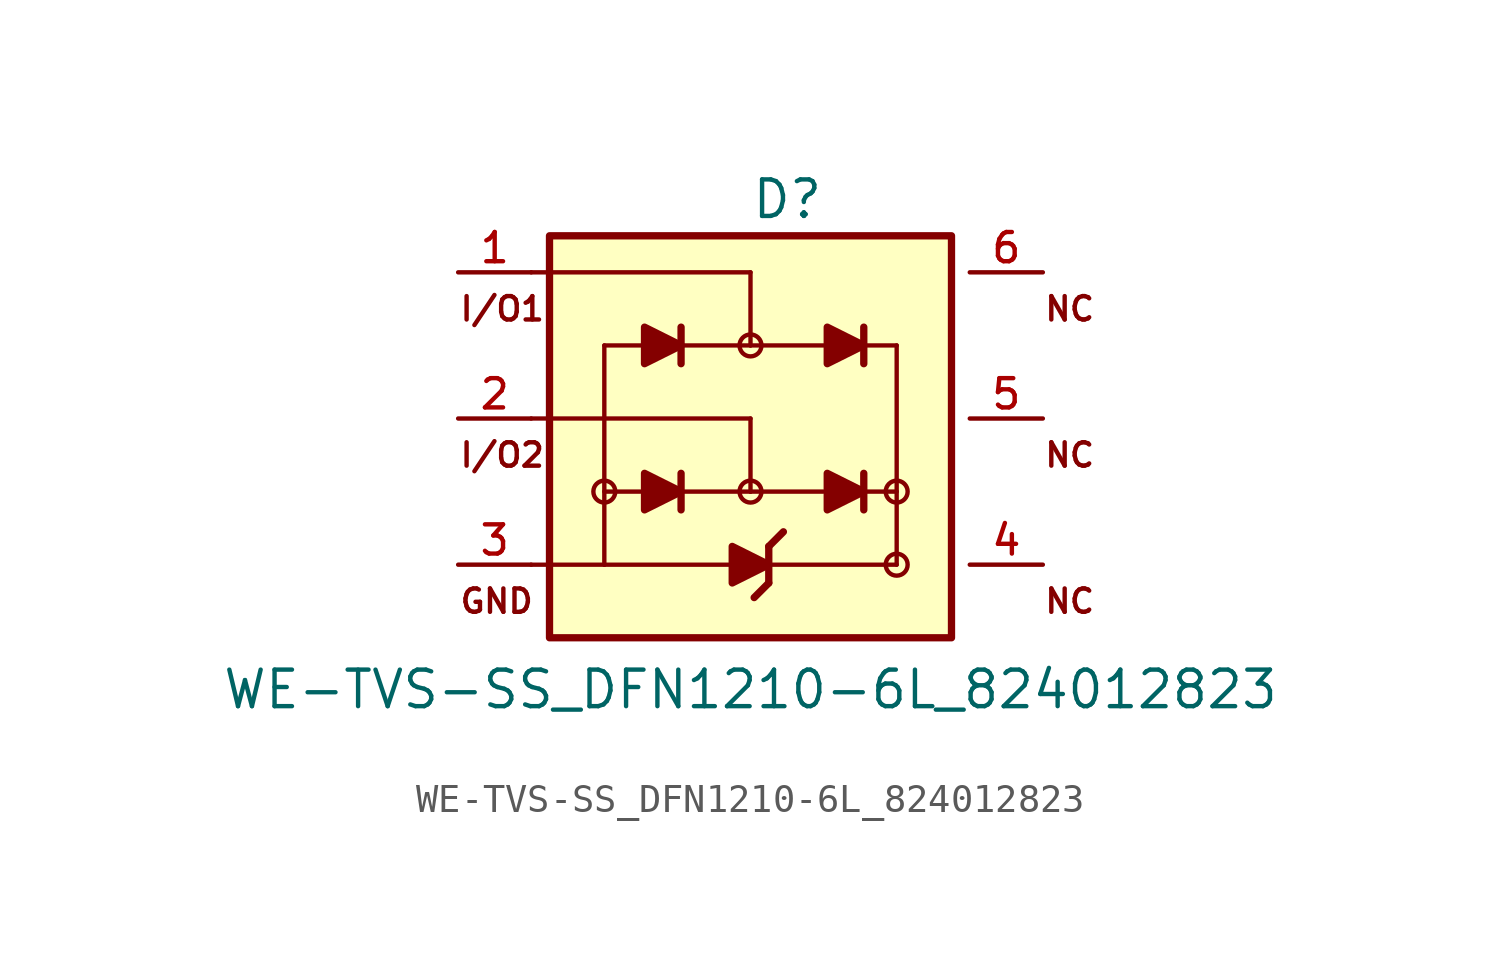
<source format=kicad_sym>
(kicad_symbol_lib
  (version 20211014)
  (generator kicad_symbol_editor)
  (symbol "WE-TVS-SS_DFN1210-6L_824012823"
    (pin_names
      (offset 1.016))
    (property "Reference" "D"
      (at 0.0 7.62 0.0)
      (effects (font (size 1.27 1.27)) (justify left)))
    (property "Value" "WE-TVS-SS_DFN1210-6L_824012823"
      (at 0.0 -10.16 0)
      (effects (font (size 1.27 1.27)) (justify bottom)))
    (symbol "WE-TVS-SS_DFN1210-6L_824012823_0_0"
      (polyline (pts (xy 3.81 -2.54) (xy 5.08 -2.54)) (stroke (width 0.152)))
      (polyline (pts (xy 2.54 -2.54) (xy 0.0 -2.54)) (stroke (width 0.152)))
      (polyline (pts (xy 0.0 -2.54) (xy -2.54 -2.54)) (stroke (width 0.152)))
      (polyline (pts (xy -3.81 -2.54) (xy -5.08 -2.54)) (stroke (width 0.152)))
      (polyline (pts (xy 3.937 -3.175) (xy 3.937 -1.905)) (stroke (width 0.254)))
      (polyline (pts (xy -2.413 -3.175) (xy -2.413 -1.905)) (stroke (width 0.254)))
      (polyline (pts (xy 3.937 2.54) (xy 5.08 2.54)) (stroke (width 0.152)))
      (polyline (pts (xy 2.54 2.54) (xy 0.0 2.54)) (stroke (width 0.152)))
      (polyline (pts (xy 0.0 2.54) (xy -2.413 2.54)) (stroke (width 0.152)))
      (polyline (pts (xy -3.81 2.54) (xy -5.08 2.54)) (stroke (width 0.152)))
      (polyline (pts (xy 3.937 1.905) (xy 3.937 2.54)) (stroke (width 0.254)))
      (polyline (pts (xy 3.937 2.54) (xy 3.937 3.175)) (stroke (width 0.254)))
      (polyline (pts (xy -2.413 1.905) (xy -2.413 2.54)) (stroke (width 0.254)))
      (polyline (pts (xy -2.413 2.54) (xy -2.413 3.175)) (stroke (width 0.254)))
      (polyline (pts (xy 5.08 -5.08) (xy 5.08 2.54)) (stroke (width 0.152)))
      (polyline (pts (xy -5.08 -5.08) (xy -5.08 2.54)) (stroke (width 0.152)))
      (polyline (pts (xy -5.08 -5.08) (xy 5.08 -5.08)) (stroke (width 0.152)))
      (polyline (pts (xy 0.0 2.54) (xy 0.0 5.08)) (stroke (width 0.152)))
      (polyline (pts (xy 0.0 5.08) (xy -7.62 5.08)) (stroke (width 0.152)))
      (polyline (pts (xy 0.0 -2.54) (xy 0.0 0.0)) (stroke (width 0.152)))
      (polyline (pts (xy 0.0 0.0) (xy -7.62 0.0)) (stroke (width 0.152)))
      (polyline (pts (xy -5.08 -5.08) (xy -7.62 -5.08)) (stroke (width 0.152)))
      (polyline (pts (xy 0.635 -5.715) (xy 0.635 -4.445)) (stroke (width 0.254)))
      (polyline (pts (xy 0.635 -4.445) (xy 1.143 -3.937)) (stroke (width 0.254)))
      (polyline (pts (xy 0.635 -5.715) (xy 0.127 -6.223)) (stroke (width 0.254)))
      (text "I/O1" (at -10.16 3.81 0) (effects (font (size 0.813 0.813)) (justify left)))
      (text "I/O2" (at -10.16 -1.27 0) (effects (font (size 0.813 0.813)) (justify left)))
      (text "GND" (at -10.16 -6.35 0) (effects (font (size 0.813 0.813)) (justify left)))
      (text "NC" (at 10.16 3.81 0) (effects (font (size 0.813 0.813)) (justify left)))
      (text "NC" (at 10.16 -1.27 0) (effects (font (size 0.813 0.813)) (justify left)))
      (text "NC" (at 10.16 -6.35 0) (effects (font (size 0.813 0.813)) (justify left)))
      (polyline (pts (xy 2.667 -3.175) (xy 3.937 -2.54) (xy 2.667 -1.905) (xy 2.667 -3.175)) (stroke (width 0.254)) (fill (type outline)))
      (polyline (pts (xy 2.667 1.905) (xy 3.937 2.54) (xy 2.667 3.175) (xy 2.667 1.905)) (stroke (width 0.254)) (fill (type outline)))
      (polyline (pts (xy -3.683 -3.175) (xy -2.413 -2.54) (xy -3.683 -1.905) (xy -3.683 -3.175)) (stroke (width 0.254)) (fill (type outline)))
      (polyline (pts (xy -3.683 1.905) (xy -2.413 2.54) (xy -3.683 3.175) (xy -3.683 1.905)) (stroke (width 0.254)) (fill (type outline)))
      (polyline (pts (xy -0.635 -5.715) (xy 0.635 -5.08) (xy -0.635 -4.445) (xy -0.635 -5.715)) (stroke (width 0.254)) (fill (type outline)))
      (circle (center -5.08 -2.54) (radius 0.381) (stroke (width 0.0)) (fill (type none)))
      (circle (center 5.08 -5.08) (radius 0.381) (stroke (width 0.0)) (fill (type none)))
      (circle (center 0.0 2.54) (radius 0.381) (stroke (width 0.0)) (fill (type none)))
      (circle (center 0.0 -2.54) (radius 0.381) (stroke (width 0.0)) (fill (type none)))
      (circle (center 5.08 -2.54) (radius 0.381) (stroke (width 0.0)) (fill (type none)))
      (rectangle (start -6.985 -7.62) (end 6.985 6.35) (stroke (width 0.254)) (fill (type background)))
      (pin passive line (at -10.16 5.08 0) (length 2.54) (name "~" (effects (font (size 1.016 1.016)))) (number "1" (effects (font (size 1.016 1.016)))))
      (pin passive line (at -10.16 0.0 0) (length 2.54) (name "~" (effects (font (size 1.016 1.016)))) (number "2" (effects (font (size 1.016 1.016)))))
      (pin passive line (at -10.16 -5.08 0) (length 2.54) (name "~" (effects (font (size 1.016 1.016)))) (number "3" (effects (font (size 1.016 1.016)))))
      (pin passive line (at 10.16 -5.08 180.0) (length 2.54) (name "~" (effects (font (size 1.016 1.016)))) (number "4" (effects (font (size 1.016 1.016)))))
      (pin passive line (at 10.16 0.0 180.0) (length 2.54) (name "~" (effects (font (size 1.016 1.016)))) (number "5" (effects (font (size 1.016 1.016)))))
      (pin passive line (at 10.16 5.08 180.0) (length 2.54) (name "~" (effects (font (size 1.016 1.016)))) (number "6" (effects (font (size 1.016 1.016))))))))
</source>
